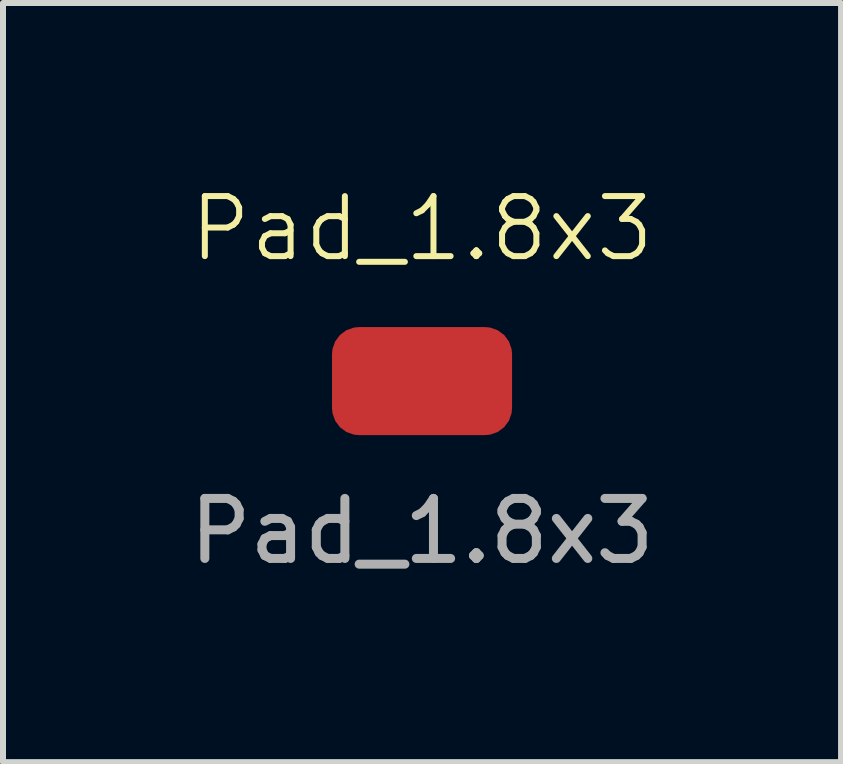
<source format=kicad_pcb>
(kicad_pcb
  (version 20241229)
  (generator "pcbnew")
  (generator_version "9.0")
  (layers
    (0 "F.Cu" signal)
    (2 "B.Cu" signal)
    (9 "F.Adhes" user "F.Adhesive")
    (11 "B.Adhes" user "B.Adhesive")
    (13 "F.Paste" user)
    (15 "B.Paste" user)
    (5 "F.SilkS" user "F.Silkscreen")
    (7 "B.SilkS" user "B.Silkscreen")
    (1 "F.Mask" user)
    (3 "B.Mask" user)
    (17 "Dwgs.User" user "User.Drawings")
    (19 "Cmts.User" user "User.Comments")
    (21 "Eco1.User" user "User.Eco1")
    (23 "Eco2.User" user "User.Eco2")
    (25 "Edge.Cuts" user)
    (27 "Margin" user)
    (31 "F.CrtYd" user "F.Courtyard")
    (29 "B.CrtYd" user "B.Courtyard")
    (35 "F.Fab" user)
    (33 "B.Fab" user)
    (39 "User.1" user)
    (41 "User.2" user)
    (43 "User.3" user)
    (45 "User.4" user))
  (footprint "Pad_1.8x3"
    (layer "F.Cu")
    (at 3.982 3.3)
    (property "Reference" "Pad_1.8x3" (at 0 -2.54 0) (unlocked yes) (layer "F.SilkS") (effects (font (size 1 1) (thickness 0.1))))
    (attr smd)
    (fp_text user "${REFERENCE}" (at 0 2.5 0) (unlocked yes) (layer "F.Fab") (effects (font (size 1 1) (thickness 0.15))))
    (pad "1" smd roundrect (at 0 0) (size 3 1.8) (layers "F.Cu" "F.Mask" "F.Paste") (roundrect_rratio 0.25)))
  (gr_rect
    (start -3 -3)
    (end 10.964 9.649)
    (stroke (width 0.1) (type default))
    (fill no)
    (layer "Edge.Cuts")))
</source>
